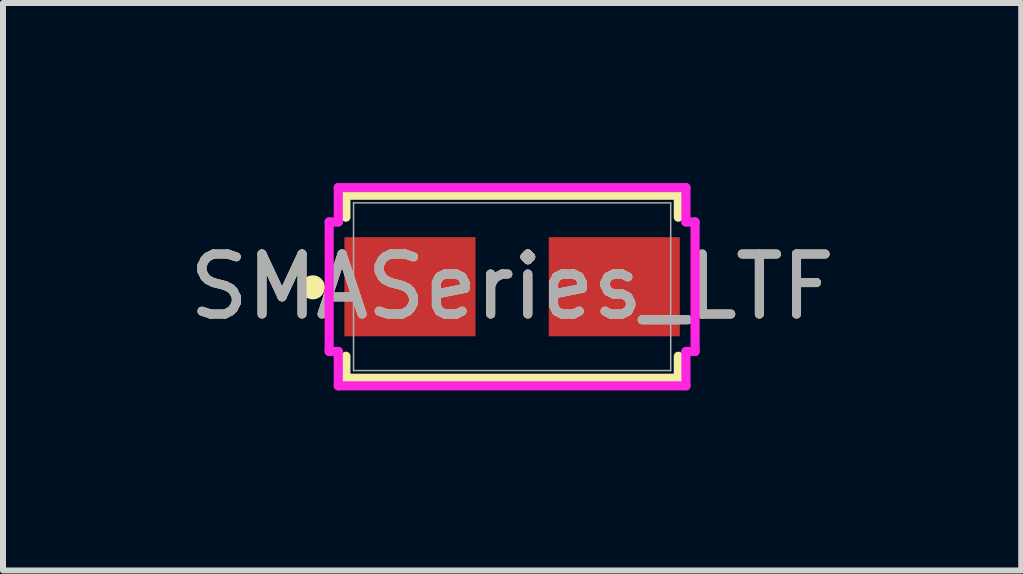
<source format=kicad_pcb>
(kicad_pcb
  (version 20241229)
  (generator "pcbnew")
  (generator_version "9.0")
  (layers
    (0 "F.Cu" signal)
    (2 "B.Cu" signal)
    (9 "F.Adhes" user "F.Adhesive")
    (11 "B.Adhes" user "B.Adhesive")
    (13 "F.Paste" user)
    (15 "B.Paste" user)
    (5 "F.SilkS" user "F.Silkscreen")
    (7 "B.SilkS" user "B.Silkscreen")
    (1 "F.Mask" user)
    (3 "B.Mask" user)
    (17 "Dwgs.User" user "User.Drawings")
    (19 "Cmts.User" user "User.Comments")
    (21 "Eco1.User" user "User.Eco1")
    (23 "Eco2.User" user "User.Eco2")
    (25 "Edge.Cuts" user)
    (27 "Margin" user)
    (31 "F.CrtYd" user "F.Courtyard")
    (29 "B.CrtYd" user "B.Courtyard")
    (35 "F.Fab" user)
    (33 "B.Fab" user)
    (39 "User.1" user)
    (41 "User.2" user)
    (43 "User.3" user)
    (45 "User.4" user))
  (footprint "SMASeries_LTF"
    (layer "F.Cu")
    (at 5.482 1.727)
    (property "Reference" "SMASeries_LTF" (at 0 0 0) (unlocked yes) (layer "F.SilkS") (effects (font (size 1 1) (thickness 0.15))))
    (attr smd)
    (fp_line (start -2.769 -1.524) (end -2.769 -1.158) (stroke (width 0.152) (type solid)) (layer "F.SilkS"))
    (fp_line (start -2.769 1.158) (end -2.769 1.524) (stroke (width 0.152) (type solid)) (layer "F.SilkS"))
    (fp_line (start -2.769 1.524) (end 2.769 1.524) (stroke (width 0.152) (type solid)) (layer "F.SilkS"))
    (fp_line (start 2.769 -1.524) (end -2.769 -1.524) (stroke (width 0.152) (type solid)) (layer "F.SilkS"))
    (fp_line (start 2.769 -1.158) (end 2.769 -1.524) (stroke (width 0.152) (type solid)) (layer "F.SilkS"))
    (fp_line (start 2.769 1.524) (end 2.769 1.158) (stroke (width 0.152) (type solid)) (layer "F.SilkS"))
    (fp_circle (center -3.32 0.01) (end -3.42 0.02) (stroke (width 0.2) (type solid)) (fill no) (layer "F.SilkS"))
    (fp_line (start -3.048 -1.079) (end -2.896 -1.079) (stroke (width 0.152) (type solid)) (layer "F.CrtYd"))
    (fp_line (start -3.048 1.079) (end -3.048 -1.079) (stroke (width 0.152) (type solid)) (layer "F.CrtYd"))
    (fp_line (start -2.896 -1.651) (end 2.896 -1.651) (stroke (width 0.152) (type solid)) (layer "F.CrtYd"))
    (fp_line (start -2.896 -1.079) (end -2.896 -1.651) (stroke (width 0.152) (type solid)) (layer "F.CrtYd"))
    (fp_line (start -2.896 1.079) (end -3.048 1.079) (stroke (width 0.152) (type solid)) (layer "F.CrtYd"))
    (fp_line (start -2.896 1.651) (end -2.896 1.079) (stroke (width 0.152) (type solid)) (layer "F.CrtYd"))
    (fp_line (start 2.896 -1.651) (end 2.896 -1.079) (stroke (width 0.152) (type solid)) (layer "F.CrtYd"))
    (fp_line (start 2.896 -1.079) (end 3.048 -1.079) (stroke (width 0.152) (type solid)) (layer "F.CrtYd"))
    (fp_line (start 2.896 1.079) (end 2.896 1.651) (stroke (width 0.152) (type solid)) (layer "F.CrtYd"))
    (fp_line (start 2.896 1.651) (end -2.896 1.651) (stroke (width 0.152) (type solid)) (layer "F.CrtYd"))
    (fp_line (start 3.048 -1.079) (end 3.048 1.079) (stroke (width 0.152) (type solid)) (layer "F.CrtYd"))
    (fp_line (start 3.048 1.079) (end 2.896 1.079) (stroke (width 0.152) (type solid)) (layer "F.CrtYd"))
    (fp_line (start -2.642 -1.397) (end -2.642 1.397) (stroke (width 0.025) (type solid)) (layer "F.Fab"))
    (fp_line (start -2.642 1.397) (end 2.642 1.397) (stroke (width 0.025) (type solid)) (layer "F.Fab"))
    (fp_line (start 2.642 -1.397) (end -2.642 -1.397) (stroke (width 0.025) (type solid)) (layer "F.Fab"))
    (fp_line (start 2.642 1.397) (end 2.642 -1.397) (stroke (width 0.025) (type solid)) (layer "F.Fab"))
    (fp_text user "${REFERENCE}" (at 0 0 0) (unlocked yes) (layer "F.Fab") (effects (font (size 1 1) (thickness 0.15))))
    (pad "1" smd rect (at -1.702 0 90) (size 1.651 2.184) (layers "F.Cu" "F.Mask" "F.Paste"))
    (pad "2" smd rect (at 1.702 0 90) (size 1.651 2.184) (layers "F.Cu" "F.Mask" "F.Paste"))
    (zone (net_name "") (layer "F.Cu") (hatch full 0.508) (connect_pads) (min_thickness 0.254) (filled_areas_thickness no) (keepout (tracks not_allowed) (vias not_allowed) (pads allowed) (copperpour not_allowed) (footprints allowed)) (placement (enabled no)) (fill) (polygon (pts (xy 2.891 0.381) (xy 8.073 0.381) (xy 8.073 0.851) (xy 2.891 0.851))))
    (zone (net_name "") (layer "F.Cu") (hatch full 0.508) (connect_pads) (min_thickness 0.254) (filled_areas_thickness no) (keepout (tracks not_allowed) (vias not_allowed) (pads allowed) (copperpour not_allowed) (footprints allowed)) (placement (enabled no)) (fill) (polygon (pts (xy 2.891 2.603) (xy 8.073 2.603) (xy 8.073 3.073) (xy 2.891 3.073))))
    (zone (net_name "") (layer "F.Cu") (hatch full 0.508) (connect_pads) (min_thickness 0.254) (filled_areas_thickness no) (keepout (tracks not_allowed) (vias not_allowed) (pads allowed) (copperpour not_allowed) (footprints allowed)) (placement (enabled no)) (fill) (polygon (pts (xy 4.923 0.851) (xy 6.041 0.851) (xy 6.041 2.603) (xy 4.923 2.603)))))
  (gr_rect
    (start -3 -3)
    (end 13.964 6.454)
    (stroke (width 0.1) (type default))
    (fill no)
    (layer "Edge.Cuts")))
</source>
